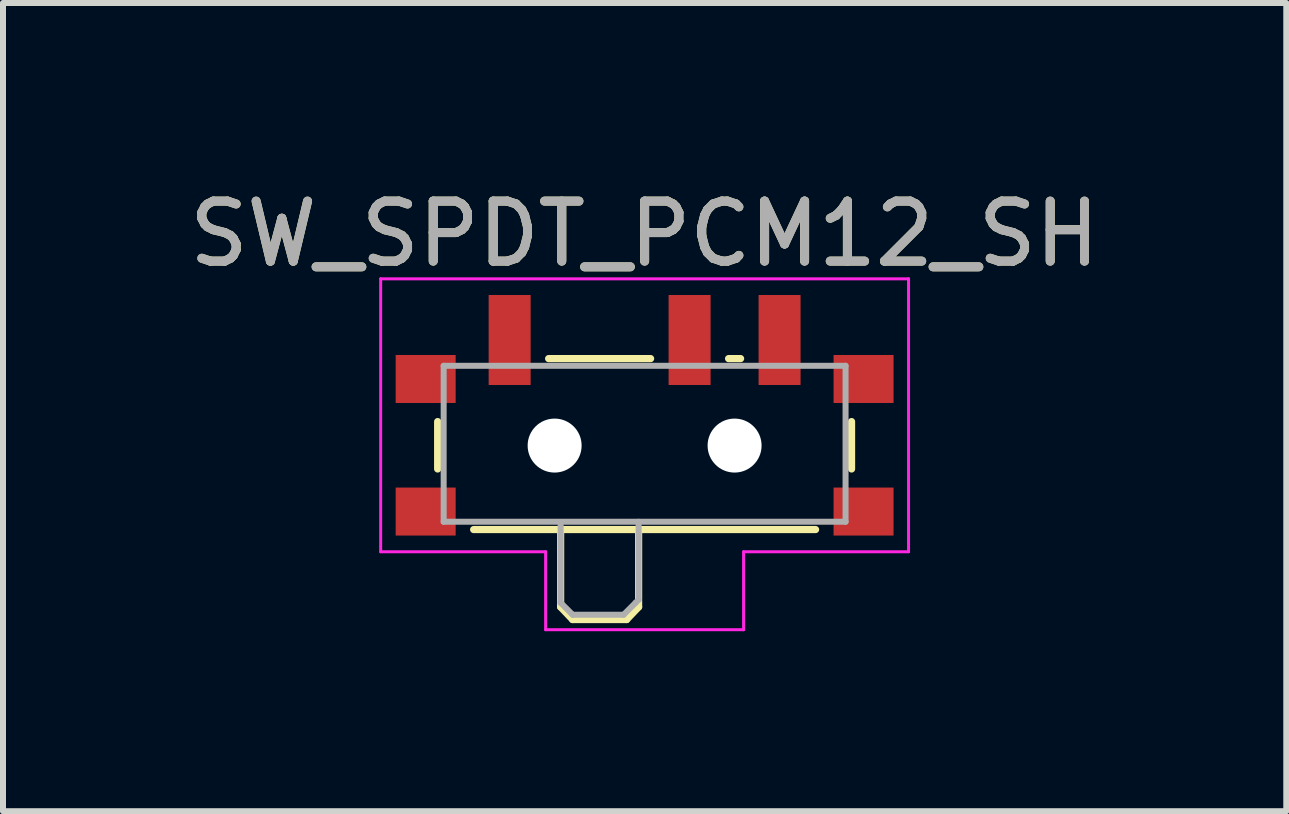
<source format=kicad_pcb>
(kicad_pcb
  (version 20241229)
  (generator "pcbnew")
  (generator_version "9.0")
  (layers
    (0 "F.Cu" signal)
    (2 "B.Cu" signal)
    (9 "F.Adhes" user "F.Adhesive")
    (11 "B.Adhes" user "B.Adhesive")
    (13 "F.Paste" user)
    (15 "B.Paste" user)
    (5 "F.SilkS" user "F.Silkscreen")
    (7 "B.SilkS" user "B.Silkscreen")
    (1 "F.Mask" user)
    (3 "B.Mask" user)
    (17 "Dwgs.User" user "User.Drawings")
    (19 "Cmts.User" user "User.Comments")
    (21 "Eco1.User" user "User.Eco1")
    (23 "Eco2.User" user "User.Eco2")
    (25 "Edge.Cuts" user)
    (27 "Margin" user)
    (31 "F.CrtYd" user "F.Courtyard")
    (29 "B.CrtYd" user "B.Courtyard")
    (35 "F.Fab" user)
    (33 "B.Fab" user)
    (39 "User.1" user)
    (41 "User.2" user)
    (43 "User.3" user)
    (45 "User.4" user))
  (footprint "SW_SPDT_PCM12_SH"
    (layer "F.Cu")
    (at 7.696 4.048)
    (property "Reference" "SW_SPDT_PCM12_SH" (at 0 -3.2 180) (layer "F.SilkS") (effects (font (size 1 1) (thickness 0.15))))
    (attr smd)
    (fp_line (start -3.45 -0.07) (end -3.45 0.72) (stroke (width 0.12) (type solid)) (layer "F.SilkS"))
    (fp_line (start -2.85 1.73) (end 2.85 1.73) (stroke (width 0.12) (type solid)) (layer "F.SilkS"))
    (fp_line (start -1.6 -1.12) (end 0.1 -1.12) (stroke (width 0.12) (type solid)) (layer "F.SilkS"))
    (fp_line (start -1.4 1.73) (end -1.4 3.02) (stroke (width 0.12) (type solid)) (layer "F.SilkS"))
    (fp_line (start -1.4 3.02) (end -1.2 3.23) (stroke (width 0.12) (type solid)) (layer "F.SilkS"))
    (fp_line (start -1.2 3.23) (end -0.3 3.23) (stroke (width 0.12) (type solid)) (layer "F.SilkS"))
    (fp_line (start -0.1 3.02) (end -0.3 3.23) (stroke (width 0.12) (type solid)) (layer "F.SilkS"))
    (fp_line (start -0.1 3.02) (end -0.1 1.73) (stroke (width 0.12) (type solid)) (layer "F.SilkS"))
    (fp_line (start 1.4 -1.12) (end 1.6 -1.12) (stroke (width 0.12) (type solid)) (layer "F.SilkS"))
    (fp_line (start 3.45 0.72) (end 3.45 -0.07) (stroke (width 0.12) (type solid)) (layer "F.SilkS"))
    (fp_line (start -4.4 -2.45) (end 4.4 -2.45) (stroke (width 0.05) (type solid)) (layer "F.CrtYd"))
    (fp_line (start -4.4 2.1) (end -4.4 -2.45) (stroke (width 0.05) (type solid)) (layer "F.CrtYd"))
    (fp_line (start -1.65 2.1) (end -4.4 2.1) (stroke (width 0.05) (type solid)) (layer "F.CrtYd"))
    (fp_line (start -1.65 3.4) (end -1.65 2.1) (stroke (width 0.05) (type solid)) (layer "F.CrtYd"))
    (fp_line (start 1.65 2.1) (end 1.65 3.4) (stroke (width 0.05) (type solid)) (layer "F.CrtYd"))
    (fp_line (start 1.65 3.4) (end -1.65 3.4) (stroke (width 0.05) (type solid)) (layer "F.CrtYd"))
    (fp_line (start 4.4 -2.45) (end 4.4 2.1) (stroke (width 0.05) (type solid)) (layer "F.CrtYd"))
    (fp_line (start 4.4 2.1) (end 1.65 2.1) (stroke (width 0.05) (type solid)) (layer "F.CrtYd"))
    (fp_line (start -3.35 -1) (end -3.35 1.6) (stroke (width 0.1) (type solid)) (layer "F.Fab"))
    (fp_line (start -3.35 1.6) (end 3.35 1.6) (stroke (width 0.1) (type solid)) (layer "F.Fab"))
    (fp_line (start -1.4 1.65) (end -1.4 2.95) (stroke (width 0.1) (type solid)) (layer "F.Fab"))
    (fp_line (start -1.4 2.95) (end -1.2 3.15) (stroke (width 0.1) (type solid)) (layer "F.Fab"))
    (fp_line (start -1.2 3.15) (end -0.35 3.15) (stroke (width 0.1) (type solid)) (layer "F.Fab"))
    (fp_line (start -0.35 3.15) (end -0.15 2.95) (stroke (width 0.1) (type solid)) (layer "F.Fab"))
    (fp_line (start -0.15 2.95) (end -0.1 2.9) (stroke (width 0.1) (type solid)) (layer "F.Fab"))
    (fp_line (start -0.1 2.9) (end -0.1 1.6) (stroke (width 0.1) (type solid)) (layer "F.Fab"))
    (fp_line (start 3.35 -1) (end -3.35 -1) (stroke (width 0.1) (type solid)) (layer "F.Fab"))
    (fp_line (start 3.35 1.6) (end 3.35 -1) (stroke (width 0.1) (type solid)) (layer "F.Fab"))
    (fp_text user "${REFERENCE}" (at 0 -3.2 180) (layer "F.Fab") (effects (font (size 1 1) (thickness 0.15))))
    (pad "" np_thru_hole circle (at -1.5 0.33) (size 0.9 0.9) (drill 0.9) (layers "*.Cu" "*.Mask"))
    (pad "" np_thru_hole circle (at 1.5 0.33) (size 0.9 0.9) (drill 0.9) (layers "*.Cu" "*.Mask"))
    (pad "1" smd rect (at -2.25 -1.43) (size 0.7 1.5) (layers "F.Cu" "F.Mask" "F.Paste"))
    (pad "2" smd rect (at 0.75 -1.43) (size 0.7 1.5) (layers "F.Cu" "F.Mask" "F.Paste"))
    (pad "3" smd rect (at 2.25 -1.43) (size 0.7 1.5) (layers "F.Cu" "F.Mask" "F.Paste"))
    (pad "SH" smd rect (at -3.65 -0.78) (size 1 0.8) (layers "F.Cu" "F.Mask" "F.Paste"))
    (pad "SH" smd rect (at -3.65 1.43) (size 1 0.8) (layers "F.Cu" "F.Mask" "F.Paste"))
    (pad "SH" smd rect (at 3.65 -0.78) (size 1 0.8) (layers "F.Cu" "F.Mask" "F.Paste"))
    (pad "SH" smd rect (at 3.65 1.43) (size 1 0.8) (layers "F.Cu" "F.Mask" "F.Paste")))
  (gr_rect
    (start -3 -3)
    (end 18.393 10.473)
    (stroke (width 0.1) (type default))
    (fill no)
    (layer "Edge.Cuts")))
</source>
